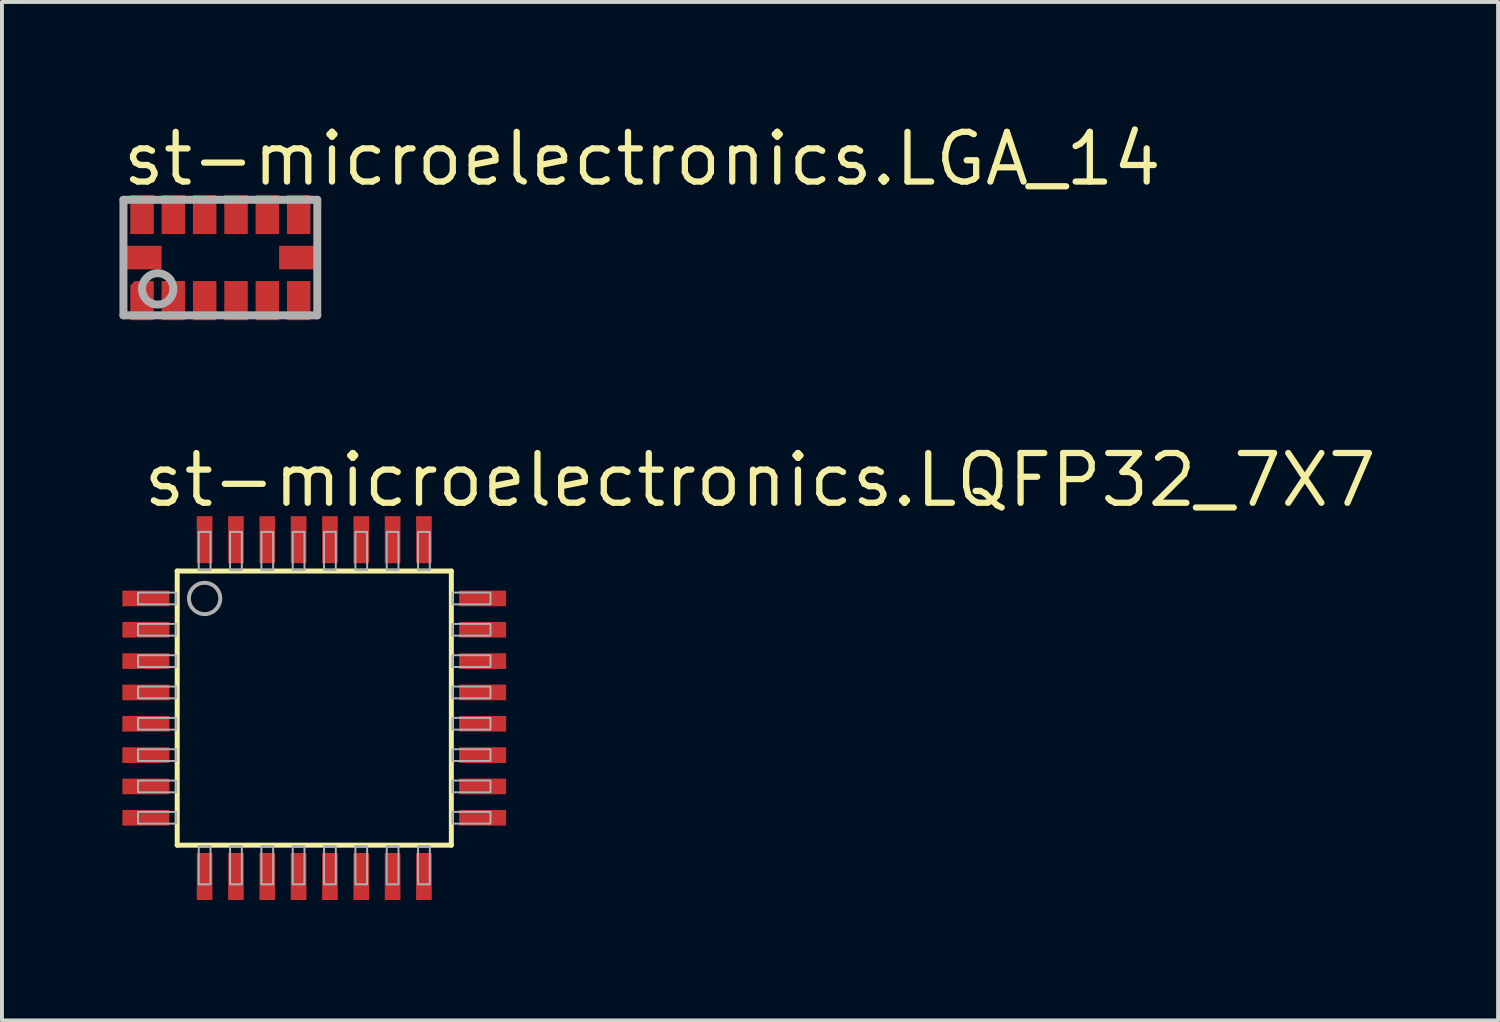
<source format=kicad_pcb>
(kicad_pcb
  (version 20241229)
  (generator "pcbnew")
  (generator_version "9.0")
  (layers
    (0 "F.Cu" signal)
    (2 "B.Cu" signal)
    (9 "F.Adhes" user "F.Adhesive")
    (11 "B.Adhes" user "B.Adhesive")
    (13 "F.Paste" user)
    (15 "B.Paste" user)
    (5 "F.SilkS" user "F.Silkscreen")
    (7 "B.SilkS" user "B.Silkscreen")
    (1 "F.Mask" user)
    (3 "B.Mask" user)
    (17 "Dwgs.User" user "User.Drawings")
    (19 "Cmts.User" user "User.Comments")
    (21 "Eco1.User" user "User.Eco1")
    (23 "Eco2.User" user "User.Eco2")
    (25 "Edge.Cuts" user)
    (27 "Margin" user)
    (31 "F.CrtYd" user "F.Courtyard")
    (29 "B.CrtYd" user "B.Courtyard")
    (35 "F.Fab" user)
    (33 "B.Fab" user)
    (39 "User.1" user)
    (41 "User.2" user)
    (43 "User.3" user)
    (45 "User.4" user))
  (footprint "st-microelectronics.LGA_14"
    (layer "F.Cu")
    (at 2.577 3.527)
    (property "Reference" "st-microelectronics.LGA_14" (at -2.577 -1.777 0) (layer "F.SilkS") (effects (font (size 1.27 1.27) (thickness 0.16)) (justify left bottom)))
    (attr smd)
    (fp_poly (pts (xy -1.725 0.625) (xy -1.725 1.575) (xy -2.275 1.575) (xy -2.275 0.725) (xy -2.175 0.625)) (stroke (width 0.05) (type default)) (fill yes) (layer "F.Cu"))
    (fp_rect (start -2.55 0.35) (end -1.45 -0.35) (stroke (width 0.05) (type default)) (fill yes) (layer "F.Mask"))
    (fp_rect (start -2.35 -0.55) (end -1.65 -1.65) (stroke (width 0.05) (type default)) (fill yes) (layer "F.Mask"))
    (fp_rect (start -1.55 -0.55) (end -0.85 -1.65) (stroke (width 0.05) (type default)) (fill yes) (layer "F.Mask"))
    (fp_rect (start -1.55 1.65) (end -0.85 0.55) (stroke (width 0.05) (type default)) (fill yes) (layer "F.Mask"))
    (fp_rect (start -0.75 -0.55) (end -0.05 -1.65) (stroke (width 0.05) (type default)) (fill yes) (layer "F.Mask"))
    (fp_rect (start -0.75 1.65) (end -0.05 0.55) (stroke (width 0.05) (type default)) (fill yes) (layer "F.Mask"))
    (fp_rect (start 0.05 -0.55) (end 0.75 -1.65) (stroke (width 0.05) (type default)) (fill yes) (layer "F.Mask"))
    (fp_rect (start 0.05 1.65) (end 0.75 0.55) (stroke (width 0.05) (type default)) (fill yes) (layer "F.Mask"))
    (fp_rect (start 0.85 -0.55) (end 1.55 -1.65) (stroke (width 0.05) (type default)) (fill yes) (layer "F.Mask"))
    (fp_rect (start 0.85 1.65) (end 1.55 0.55) (stroke (width 0.05) (type default)) (fill yes) (layer "F.Mask"))
    (fp_rect (start 1.45 0.35) (end 2.55 -0.35) (stroke (width 0.05) (type default)) (fill yes) (layer "F.Mask"))
    (fp_rect (start 1.65 -0.55) (end 2.35 -1.65) (stroke (width 0.05) (type default)) (fill yes) (layer "F.Mask"))
    (fp_rect (start 1.65 1.65) (end 2.35 0.55) (stroke (width 0.05) (type default)) (fill yes) (layer "F.Mask"))
    (fp_poly (pts (xy -1.7 0.6) (xy -2.175 0.6) (xy -2.3 0.725) (xy -2.3 1.6) (xy -1.7 1.6)) (stroke (width 0.1) (type default)) (fill yes) (layer "F.Mask"))
    (fp_rect (start -2.4 0.25) (end -1.6 -0.25) (stroke (width 0.05) (type default)) (fill yes) (layer "F.Paste"))
    (fp_rect (start -2.25 -0.7) (end -1.75 -1.5) (stroke (width 0.05) (type default)) (fill yes) (layer "F.Paste"))
    (fp_rect (start -2.25 1.5) (end -1.75 0.7) (stroke (width 0.05) (type default)) (fill yes) (layer "F.Paste"))
    (fp_rect (start -1.45 -0.7) (end -0.95 -1.5) (stroke (width 0.05) (type default)) (fill yes) (layer "F.Paste"))
    (fp_rect (start -1.45 1.5) (end -0.95 0.7) (stroke (width 0.05) (type default)) (fill yes) (layer "F.Paste"))
    (fp_rect (start -0.65 -0.7) (end -0.15 -1.5) (stroke (width 0.05) (type default)) (fill yes) (layer "F.Paste"))
    (fp_rect (start -0.65 1.5) (end -0.15 0.7) (stroke (width 0.05) (type default)) (fill yes) (layer "F.Paste"))
    (fp_rect (start 0.15 -0.7) (end 0.65 -1.5) (stroke (width 0.05) (type default)) (fill yes) (layer "F.Paste"))
    (fp_rect (start 0.15 1.5) (end 0.65 0.7) (stroke (width 0.05) (type default)) (fill yes) (layer "F.Paste"))
    (fp_rect (start 0.95 -0.7) (end 1.45 -1.5) (stroke (width 0.05) (type default)) (fill yes) (layer "F.Paste"))
    (fp_rect (start 0.95 1.5) (end 1.45 0.7) (stroke (width 0.05) (type default)) (fill yes) (layer "F.Paste"))
    (fp_rect (start 1.6 0.25) (end 2.4 -0.25) (stroke (width 0.05) (type default)) (fill yes) (layer "F.Paste"))
    (fp_rect (start 1.75 -0.7) (end 2.25 -1.5) (stroke (width 0.05) (type default)) (fill yes) (layer "F.Paste"))
    (fp_rect (start 1.75 1.5) (end 2.25 0.7) (stroke (width 0.05) (type default)) (fill yes) (layer "F.Paste"))
    (fp_line (start -2.475 -1.475) (end 2.475 -1.475) (stroke (width 0.203) (type default)) (layer "F.Fab"))
    (fp_line (start -2.475 1.475) (end -2.475 -1.475) (stroke (width 0.203) (type default)) (layer "F.Fab"))
    (fp_line (start 2.475 -1.475) (end 2.475 1.475) (stroke (width 0.203) (type default)) (layer "F.Fab"))
    (fp_line (start 2.475 1.475) (end -2.475 1.475) (stroke (width 0.203) (type default)) (layer "F.Fab"))
    (fp_circle (center -1.6 0.8) (end -1.2 0.8) (stroke (width 0.203) (type default)) (fill no) (layer "F.Fab"))
    (pad "1" smd roundrect (at -2 1.1) (size 0.4 0.4) (layers "F.Cu" "F.Mask" "F.Paste") (roundrect_rratio 0.01))
    (pad "2" smd roundrect (at -1.2 1.1) (size 0.6 1) (layers "F.Cu" "F.Mask" "F.Paste") (roundrect_rratio 0.01))
    (pad "3" smd roundrect (at -0.4 1.1) (size 0.6 1) (layers "F.Cu" "F.Mask" "F.Paste") (roundrect_rratio 0.01))
    (pad "4" smd roundrect (at 0.4 1.1) (size 0.6 1) (layers "F.Cu" "F.Mask" "F.Paste") (roundrect_rratio 0.01))
    (pad "5" smd roundrect (at 1.2 1.1) (size 0.6 1) (layers "F.Cu" "F.Mask" "F.Paste") (roundrect_rratio 0.01))
    (pad "6" smd roundrect (at 2 1.1) (size 0.6 1) (layers "F.Cu" "F.Mask" "F.Paste") (roundrect_rratio 0.01))
    (pad "7" smd roundrect (at 2 0 90) (size 0.6 1) (layers "F.Cu" "F.Mask" "F.Paste") (roundrect_rratio 0.01))
    (pad "8" smd roundrect (at 2 -1.1 180) (size 0.6 1) (layers "F.Cu" "F.Mask" "F.Paste") (roundrect_rratio 0.01))
    (pad "9" smd roundrect (at 1.2 -1.1 180) (size 0.6 1) (layers "F.Cu" "F.Mask" "F.Paste") (roundrect_rratio 0.01))
    (pad "10" smd roundrect (at 0.4 -1.1 180) (size 0.6 1) (layers "F.Cu" "F.Mask" "F.Paste") (roundrect_rratio 0.01))
    (pad "11" smd roundrect (at -0.4 -1.1 180) (size 0.6 1) (layers "F.Cu" "F.Mask" "F.Paste") (roundrect_rratio 0.01))
    (pad "12" smd roundrect (at -1.2 -1.1 180) (size 0.6 1) (layers "F.Cu" "F.Mask" "F.Paste") (roundrect_rratio 0.01))
    (pad "13" smd roundrect (at -2 -1.1 180) (size 0.6 1) (layers "F.Cu" "F.Mask" "F.Paste") (roundrect_rratio 0.01))
    (pad "14" smd roundrect (at -2 0 270) (size 0.6 1) (layers "F.Cu" "F.Mask" "F.Paste") (roundrect_rratio 0.01)))
  (footprint "st-microelectronics.LQFP32_7X7"
    (layer "F.Cu")
    (at 4.975 15.032)
    (property "Reference" "st-microelectronics.LQFP32_7X7" (at -4.445 -5.08 0) (layer "F.SilkS") (effects (font (size 1.27 1.27) (thickness 0.16)) (justify left bottom)))
    (attr smd)
    (fp_rect (start -4.95 -2.55) (end -3.65 -3.05) (stroke (width 0.05) (type default)) (fill yes) (layer "F.Mask"))
    (fp_rect (start -4.95 -1.75) (end -3.65 -2.25) (stroke (width 0.05) (type default)) (fill yes) (layer "F.Mask"))
    (fp_rect (start -4.95 -0.95) (end -3.65 -1.45) (stroke (width 0.05) (type default)) (fill yes) (layer "F.Mask"))
    (fp_rect (start -4.95 -0.15) (end -3.65 -0.65) (stroke (width 0.05) (type default)) (fill yes) (layer "F.Mask"))
    (fp_rect (start -4.95 0.65) (end -3.65 0.15) (stroke (width 0.05) (type default)) (fill yes) (layer "F.Mask"))
    (fp_rect (start -4.95 1.45) (end -3.65 0.95) (stroke (width 0.05) (type default)) (fill yes) (layer "F.Mask"))
    (fp_rect (start -4.95 2.25) (end -3.65 1.75) (stroke (width 0.05) (type default)) (fill yes) (layer "F.Mask"))
    (fp_rect (start -4.95 3.05) (end -3.65 2.55) (stroke (width 0.05) (type default)) (fill yes) (layer "F.Mask"))
    (fp_rect (start -3.05 -3.65) (end -2.55 -4.95) (stroke (width 0.05) (type default)) (fill yes) (layer "F.Mask"))
    (fp_rect (start -3.05 4.95) (end -2.55 3.65) (stroke (width 0.05) (type default)) (fill yes) (layer "F.Mask"))
    (fp_rect (start -2.25 -3.65) (end -1.75 -4.95) (stroke (width 0.05) (type default)) (fill yes) (layer "F.Mask"))
    (fp_rect (start -2.25 4.95) (end -1.75 3.65) (stroke (width 0.05) (type default)) (fill yes) (layer "F.Mask"))
    (fp_rect (start -1.45 -3.65) (end -0.95 -4.95) (stroke (width 0.05) (type default)) (fill yes) (layer "F.Mask"))
    (fp_rect (start -1.45 4.95) (end -0.95 3.65) (stroke (width 0.05) (type default)) (fill yes) (layer "F.Mask"))
    (fp_rect (start -0.65 -3.65) (end -0.15 -4.95) (stroke (width 0.05) (type default)) (fill yes) (layer "F.Mask"))
    (fp_rect (start -0.65 4.95) (end -0.15 3.65) (stroke (width 0.05) (type default)) (fill yes) (layer "F.Mask"))
    (fp_rect (start 0.15 -3.65) (end 0.65 -4.95) (stroke (width 0.05) (type default)) (fill yes) (layer "F.Mask"))
    (fp_rect (start 0.15 4.95) (end 0.65 3.65) (stroke (width 0.05) (type default)) (fill yes) (layer "F.Mask"))
    (fp_rect (start 0.95 -3.65) (end 1.45 -4.95) (stroke (width 0.05) (type default)) (fill yes) (layer "F.Mask"))
    (fp_rect (start 0.95 4.95) (end 1.45 3.65) (stroke (width 0.05) (type default)) (fill yes) (layer "F.Mask"))
    (fp_rect (start 1.75 -3.65) (end 2.25 -4.95) (stroke (width 0.05) (type default)) (fill yes) (layer "F.Mask"))
    (fp_rect (start 1.75 4.95) (end 2.25 3.65) (stroke (width 0.05) (type default)) (fill yes) (layer "F.Mask"))
    (fp_rect (start 2.55 -3.65) (end 3.05 -4.95) (stroke (width 0.05) (type default)) (fill yes) (layer "F.Mask"))
    (fp_rect (start 2.55 4.95) (end 3.05 3.65) (stroke (width 0.05) (type default)) (fill yes) (layer "F.Mask"))
    (fp_rect (start 3.65 -2.55) (end 4.95 -3.05) (stroke (width 0.05) (type default)) (fill yes) (layer "F.Mask"))
    (fp_rect (start 3.65 -1.75) (end 4.95 -2.25) (stroke (width 0.05) (type default)) (fill yes) (layer "F.Mask"))
    (fp_rect (start 3.65 -0.95) (end 4.95 -1.45) (stroke (width 0.05) (type default)) (fill yes) (layer "F.Mask"))
    (fp_rect (start 3.65 -0.15) (end 4.95 -0.65) (stroke (width 0.05) (type default)) (fill yes) (layer "F.Mask"))
    (fp_rect (start 3.65 0.65) (end 4.95 0.15) (stroke (width 0.05) (type default)) (fill yes) (layer "F.Mask"))
    (fp_rect (start 3.65 1.45) (end 4.95 0.95) (stroke (width 0.05) (type default)) (fill yes) (layer "F.Mask"))
    (fp_rect (start 3.65 2.25) (end 4.95 1.75) (stroke (width 0.05) (type default)) (fill yes) (layer "F.Mask"))
    (fp_rect (start 3.65 3.05) (end 4.95 2.55) (stroke (width 0.05) (type default)) (fill yes) (layer "F.Mask"))
    (fp_line (start -3.5 -3.5) (end -3.5 3.5) (stroke (width 0.127) (type default)) (layer "F.SilkS"))
    (fp_line (start 3.5 -3.5) (end -3.5 -3.5) (stroke (width 0.127) (type default)) (layer "F.SilkS"))
    (fp_line (start 3.5 -3.5) (end 3.5 3.5) (stroke (width 0.127) (type default)) (layer "F.SilkS"))
    (fp_line (start 3.5 3.5) (end -3.5 3.5) (stroke (width 0.127) (type default)) (layer "F.SilkS"))
    (fp_rect (start -4.875 -2.625) (end -3.725 -2.975) (stroke (width 0.05) (type default)) (fill yes) (layer "F.Paste"))
    (fp_rect (start -4.875 -1.825) (end -3.725 -2.175) (stroke (width 0.05) (type default)) (fill yes) (layer "F.Paste"))
    (fp_rect (start -4.875 -1.025) (end -3.725 -1.375) (stroke (width 0.05) (type default)) (fill yes) (layer "F.Paste"))
    (fp_rect (start -4.875 -0.225) (end -3.725 -0.575) (stroke (width 0.05) (type default)) (fill yes) (layer "F.Paste"))
    (fp_rect (start -4.875 0.575) (end -3.725 0.225) (stroke (width 0.05) (type default)) (fill yes) (layer "F.Paste"))
    (fp_rect (start -4.875 1.375) (end -3.725 1.025) (stroke (width 0.05) (type default)) (fill yes) (layer "F.Paste"))
    (fp_rect (start -4.875 2.175) (end -3.725 1.825) (stroke (width 0.05) (type default)) (fill yes) (layer "F.Paste"))
    (fp_rect (start -4.875 2.975) (end -3.725 2.625) (stroke (width 0.05) (type default)) (fill yes) (layer "F.Paste"))
    (fp_rect (start -2.975 -3.725) (end -2.625 -4.875) (stroke (width 0.05) (type default)) (fill yes) (layer "F.Paste"))
    (fp_rect (start -2.975 4.875) (end -2.625 3.725) (stroke (width 0.05) (type default)) (fill yes) (layer "F.Paste"))
    (fp_rect (start -2.175 -3.725) (end -1.825 -4.875) (stroke (width 0.05) (type default)) (fill yes) (layer "F.Paste"))
    (fp_rect (start -2.175 4.875) (end -1.825 3.725) (stroke (width 0.05) (type default)) (fill yes) (layer "F.Paste"))
    (fp_rect (start -1.375 -3.725) (end -1.025 -4.875) (stroke (width 0.05) (type default)) (fill yes) (layer "F.Paste"))
    (fp_rect (start -1.375 4.875) (end -1.025 3.725) (stroke (width 0.05) (type default)) (fill yes) (layer "F.Paste"))
    (fp_rect (start -0.575 -3.725) (end -0.225 -4.875) (stroke (width 0.05) (type default)) (fill yes) (layer "F.Paste"))
    (fp_rect (start -0.575 4.875) (end -0.225 3.725) (stroke (width 0.05) (type default)) (fill yes) (layer "F.Paste"))
    (fp_rect (start 0.225 -3.725) (end 0.575 -4.875) (stroke (width 0.05) (type default)) (fill yes) (layer "F.Paste"))
    (fp_rect (start 0.225 4.875) (end 0.575 3.725) (stroke (width 0.05) (type default)) (fill yes) (layer "F.Paste"))
    (fp_rect (start 1.025 -3.725) (end 1.375 -4.875) (stroke (width 0.05) (type default)) (fill yes) (layer "F.Paste"))
    (fp_rect (start 1.025 4.875) (end 1.375 3.725) (stroke (width 0.05) (type default)) (fill yes) (layer "F.Paste"))
    (fp_rect (start 1.825 -3.725) (end 2.175 -4.875) (stroke (width 0.05) (type default)) (fill yes) (layer "F.Paste"))
    (fp_rect (start 1.825 4.875) (end 2.175 3.725) (stroke (width 0.05) (type default)) (fill yes) (layer "F.Paste"))
    (fp_rect (start 2.625 -3.725) (end 2.975 -4.875) (stroke (width 0.05) (type default)) (fill yes) (layer "F.Paste"))
    (fp_rect (start 2.625 4.875) (end 2.975 3.725) (stroke (width 0.05) (type default)) (fill yes) (layer "F.Paste"))
    (fp_rect (start 3.725 -2.625) (end 4.875 -2.975) (stroke (width 0.05) (type default)) (fill yes) (layer "F.Paste"))
    (fp_rect (start 3.725 -1.825) (end 4.875 -2.175) (stroke (width 0.05) (type default)) (fill yes) (layer "F.Paste"))
    (fp_rect (start 3.725 -1.025) (end 4.875 -1.375) (stroke (width 0.05) (type default)) (fill yes) (layer "F.Paste"))
    (fp_rect (start 3.725 -0.225) (end 4.875 -0.575) (stroke (width 0.05) (type default)) (fill yes) (layer "F.Paste"))
    (fp_rect (start 3.725 0.575) (end 4.875 0.225) (stroke (width 0.05) (type default)) (fill yes) (layer "F.Paste"))
    (fp_rect (start 3.725 1.375) (end 4.875 1.025) (stroke (width 0.05) (type default)) (fill yes) (layer "F.Paste"))
    (fp_rect (start 3.725 2.175) (end 4.875 1.825) (stroke (width 0.05) (type default)) (fill yes) (layer "F.Paste"))
    (fp_rect (start 3.725 2.975) (end 4.875 2.625) (stroke (width 0.05) (type default)) (fill yes) (layer "F.Paste"))
    (fp_rect (start -4.5 -2.65) (end -3.525 -2.95) (stroke (width 0.05) (type default)) (fill no) (layer "F.Fab"))
    (fp_rect (start -4.5 -1.85) (end -3.525 -2.15) (stroke (width 0.05) (type default)) (fill no) (layer "F.Fab"))
    (fp_rect (start -4.5 -1.05) (end -3.525 -1.35) (stroke (width 0.05) (type default)) (fill no) (layer "F.Fab"))
    (fp_rect (start -4.5 -0.25) (end -3.525 -0.55) (stroke (width 0.05) (type default)) (fill no) (layer "F.Fab"))
    (fp_rect (start -4.5 0.55) (end -3.525 0.25) (stroke (width 0.05) (type default)) (fill no) (layer "F.Fab"))
    (fp_rect (start -4.5 1.35) (end -3.525 1.05) (stroke (width 0.05) (type default)) (fill no) (layer "F.Fab"))
    (fp_rect (start -4.5 2.15) (end -3.525 1.85) (stroke (width 0.05) (type default)) (fill no) (layer "F.Fab"))
    (fp_rect (start -4.5 2.95) (end -3.525 2.65) (stroke (width 0.05) (type default)) (fill no) (layer "F.Fab"))
    (fp_rect (start -2.95 -3.525) (end -2.65 -4.5) (stroke (width 0.05) (type default)) (fill no) (layer "F.Fab"))
    (fp_rect (start -2.95 4.5) (end -2.65 3.525) (stroke (width 0.05) (type default)) (fill no) (layer "F.Fab"))
    (fp_rect (start -2.15 -3.525) (end -1.85 -4.5) (stroke (width 0.05) (type default)) (fill no) (layer "F.Fab"))
    (fp_rect (start -2.15 4.5) (end -1.85 3.525) (stroke (width 0.05) (type default)) (fill no) (layer "F.Fab"))
    (fp_rect (start -1.35 -3.525) (end -1.05 -4.5) (stroke (width 0.05) (type default)) (fill no) (layer "F.Fab"))
    (fp_rect (start -1.35 4.5) (end -1.05 3.525) (stroke (width 0.05) (type default)) (fill no) (layer "F.Fab"))
    (fp_rect (start -0.55 -3.525) (end -0.25 -4.5) (stroke (width 0.05) (type default)) (fill no) (layer "F.Fab"))
    (fp_rect (start -0.55 4.5) (end -0.25 3.525) (stroke (width 0.05) (type default)) (fill no) (layer "F.Fab"))
    (fp_rect (start 0.25 -3.525) (end 0.55 -4.5) (stroke (width 0.05) (type default)) (fill no) (layer "F.Fab"))
    (fp_rect (start 0.25 4.5) (end 0.55 3.525) (stroke (width 0.05) (type default)) (fill no) (layer "F.Fab"))
    (fp_rect (start 1.05 -3.525) (end 1.35 -4.5) (stroke (width 0.05) (type default)) (fill no) (layer "F.Fab"))
    (fp_rect (start 1.05 4.5) (end 1.35 3.525) (stroke (width 0.05) (type default)) (fill no) (layer "F.Fab"))
    (fp_rect (start 1.85 -3.525) (end 2.15 -4.5) (stroke (width 0.05) (type default)) (fill no) (layer "F.Fab"))
    (fp_rect (start 1.85 4.5) (end 2.15 3.525) (stroke (width 0.05) (type default)) (fill no) (layer "F.Fab"))
    (fp_rect (start 2.65 -3.525) (end 2.95 -4.5) (stroke (width 0.05) (type default)) (fill no) (layer "F.Fab"))
    (fp_rect (start 2.65 4.5) (end 2.95 3.525) (stroke (width 0.05) (type default)) (fill no) (layer "F.Fab"))
    (fp_rect (start 3.525 -2.65) (end 4.5 -2.95) (stroke (width 0.05) (type default)) (fill no) (layer "F.Fab"))
    (fp_rect (start 3.525 -1.85) (end 4.5 -2.15) (stroke (width 0.05) (type default)) (fill no) (layer "F.Fab"))
    (fp_rect (start 3.525 -1.05) (end 4.5 -1.35) (stroke (width 0.05) (type default)) (fill no) (layer "F.Fab"))
    (fp_rect (start 3.525 -0.25) (end 4.5 -0.55) (stroke (width 0.05) (type default)) (fill no) (layer "F.Fab"))
    (fp_rect (start 3.525 0.55) (end 4.5 0.25) (stroke (width 0.05) (type default)) (fill no) (layer "F.Fab"))
    (fp_rect (start 3.525 1.35) (end 4.5 1.05) (stroke (width 0.05) (type default)) (fill no) (layer "F.Fab"))
    (fp_rect (start 3.525 2.15) (end 4.5 1.85) (stroke (width 0.05) (type default)) (fill no) (layer "F.Fab"))
    (fp_rect (start 3.525 2.95) (end 4.5 2.65) (stroke (width 0.05) (type default)) (fill no) (layer "F.Fab"))
    (fp_circle (center -2.8 -2.8) (end -2.4 -2.8) (stroke (width 0.1) (type default)) (fill no) (layer "F.Fab"))
    (pad "1" smd roundrect (at -4.3 -2.8 270) (size 0.4 1.2) (layers "F.Cu" "F.Mask" "F.Paste") (roundrect_rratio 0.01))
    (pad "2" smd roundrect (at -4.3 -2 270) (size 0.4 1.2) (layers "F.Cu" "F.Mask" "F.Paste") (roundrect_rratio 0.01))
    (pad "3" smd roundrect (at -4.3 -1.2 270) (size 0.4 1.2) (layers "F.Cu" "F.Mask" "F.Paste") (roundrect_rratio 0.01))
    (pad "4" smd roundrect (at -4.3 -0.4 270) (size 0.4 1.2) (layers "F.Cu" "F.Mask" "F.Paste") (roundrect_rratio 0.01))
    (pad "5" smd roundrect (at -4.3 0.4 270) (size 0.4 1.2) (layers "F.Cu" "F.Mask" "F.Paste") (roundrect_rratio 0.01))
    (pad "6" smd roundrect (at -4.3 1.2 270) (size 0.4 1.2) (layers "F.Cu" "F.Mask" "F.Paste") (roundrect_rratio 0.01))
    (pad "7" smd roundrect (at -4.3 2 270) (size 0.4 1.2) (layers "F.Cu" "F.Mask" "F.Paste") (roundrect_rratio 0.01))
    (pad "8" smd roundrect (at -4.3 2.8 270) (size 0.4 1.2) (layers "F.Cu" "F.Mask" "F.Paste") (roundrect_rratio 0.01))
    (pad "9" smd roundrect (at -2.8 4.3 270) (size 1.2 0.4) (layers "F.Cu" "F.Mask" "F.Paste") (roundrect_rratio 0.01))
    (pad "10" smd roundrect (at -2 4.3 270) (size 1.2 0.4) (layers "F.Cu" "F.Mask" "F.Paste") (roundrect_rratio 0.01))
    (pad "11" smd roundrect (at -1.2 4.3 270) (size 1.2 0.4) (layers "F.Cu" "F.Mask" "F.Paste") (roundrect_rratio 0.01))
    (pad "12" smd roundrect (at -0.4 4.3 270) (size 1.2 0.4) (layers "F.Cu" "F.Mask" "F.Paste") (roundrect_rratio 0.01))
    (pad "13" smd roundrect (at 0.4 4.3 270) (size 1.2 0.4) (layers "F.Cu" "F.Mask" "F.Paste") (roundrect_rratio 0.01))
    (pad "14" smd roundrect (at 1.2 4.3 270) (size 1.2 0.4) (layers "F.Cu" "F.Mask" "F.Paste") (roundrect_rratio 0.01))
    (pad "15" smd roundrect (at 2 4.3 270) (size 1.2 0.4) (layers "F.Cu" "F.Mask" "F.Paste") (roundrect_rratio 0.01))
    (pad "16" smd roundrect (at 2.8 4.3 270) (size 1.2 0.4) (layers "F.Cu" "F.Mask" "F.Paste") (roundrect_rratio 0.01))
    (pad "17" smd roundrect (at 4.3 2.8 270) (size 0.4 1.2) (layers "F.Cu" "F.Mask" "F.Paste") (roundrect_rratio 0.01))
    (pad "18" smd roundrect (at 4.3 2 270) (size 0.4 1.2) (layers "F.Cu" "F.Mask" "F.Paste") (roundrect_rratio 0.01))
    (pad "19" smd roundrect (at 4.3 1.2 270) (size 0.4 1.2) (layers "F.Cu" "F.Mask" "F.Paste") (roundrect_rratio 0.01))
    (pad "20" smd roundrect (at 4.3 0.4 270) (size 0.4 1.2) (layers "F.Cu" "F.Mask" "F.Paste") (roundrect_rratio 0.01))
    (pad "21" smd roundrect (at 4.3 -0.4 270) (size 0.4 1.2) (layers "F.Cu" "F.Mask" "F.Paste") (roundrect_rratio 0.01))
    (pad "22" smd roundrect (at 4.3 -1.2 270) (size 0.4 1.2) (layers "F.Cu" "F.Mask" "F.Paste") (roundrect_rratio 0.01))
    (pad "23" smd roundrect (at 4.3 -2 270) (size 0.4 1.2) (layers "F.Cu" "F.Mask" "F.Paste") (roundrect_rratio 0.01))
    (pad "24" smd roundrect (at 4.3 -2.8 270) (size 0.4 1.2) (layers "F.Cu" "F.Mask" "F.Paste") (roundrect_rratio 0.01))
    (pad "25" smd roundrect (at 2.8 -4.3 270) (size 1.2 0.4) (layers "F.Cu" "F.Mask" "F.Paste") (roundrect_rratio 0.01))
    (pad "26" smd roundrect (at 2 -4.3 270) (size 1.2 0.4) (layers "F.Cu" "F.Mask" "F.Paste") (roundrect_rratio 0.01))
    (pad "27" smd roundrect (at 1.2 -4.3 270) (size 1.2 0.4) (layers "F.Cu" "F.Mask" "F.Paste") (roundrect_rratio 0.01))
    (pad "28" smd roundrect (at 0.4 -4.3 270) (size 1.2 0.4) (layers "F.Cu" "F.Mask" "F.Paste") (roundrect_rratio 0.01))
    (pad "29" smd roundrect (at -0.4 -4.3 270) (size 1.2 0.4) (layers "F.Cu" "F.Mask" "F.Paste") (roundrect_rratio 0.01))
    (pad "30" smd roundrect (at -1.2 -4.3 270) (size 1.2 0.4) (layers "F.Cu" "F.Mask" "F.Paste") (roundrect_rratio 0.01))
    (pad "31" smd roundrect (at -2 -4.3 270) (size 1.2 0.4) (layers "F.Cu" "F.Mask" "F.Paste") (roundrect_rratio 0.01))
    (pad "32" smd roundrect (at -2.8 -4.3 270) (size 1.2 0.4) (layers "F.Cu" "F.Mask" "F.Paste") (roundrect_rratio 0.01)))
  (gr_rect
    (start -3 -3)
    (end 35.204 23.007)
    (stroke (width 0.1) (type default))
    (fill no)
    (layer "Edge.Cuts")))
</source>
